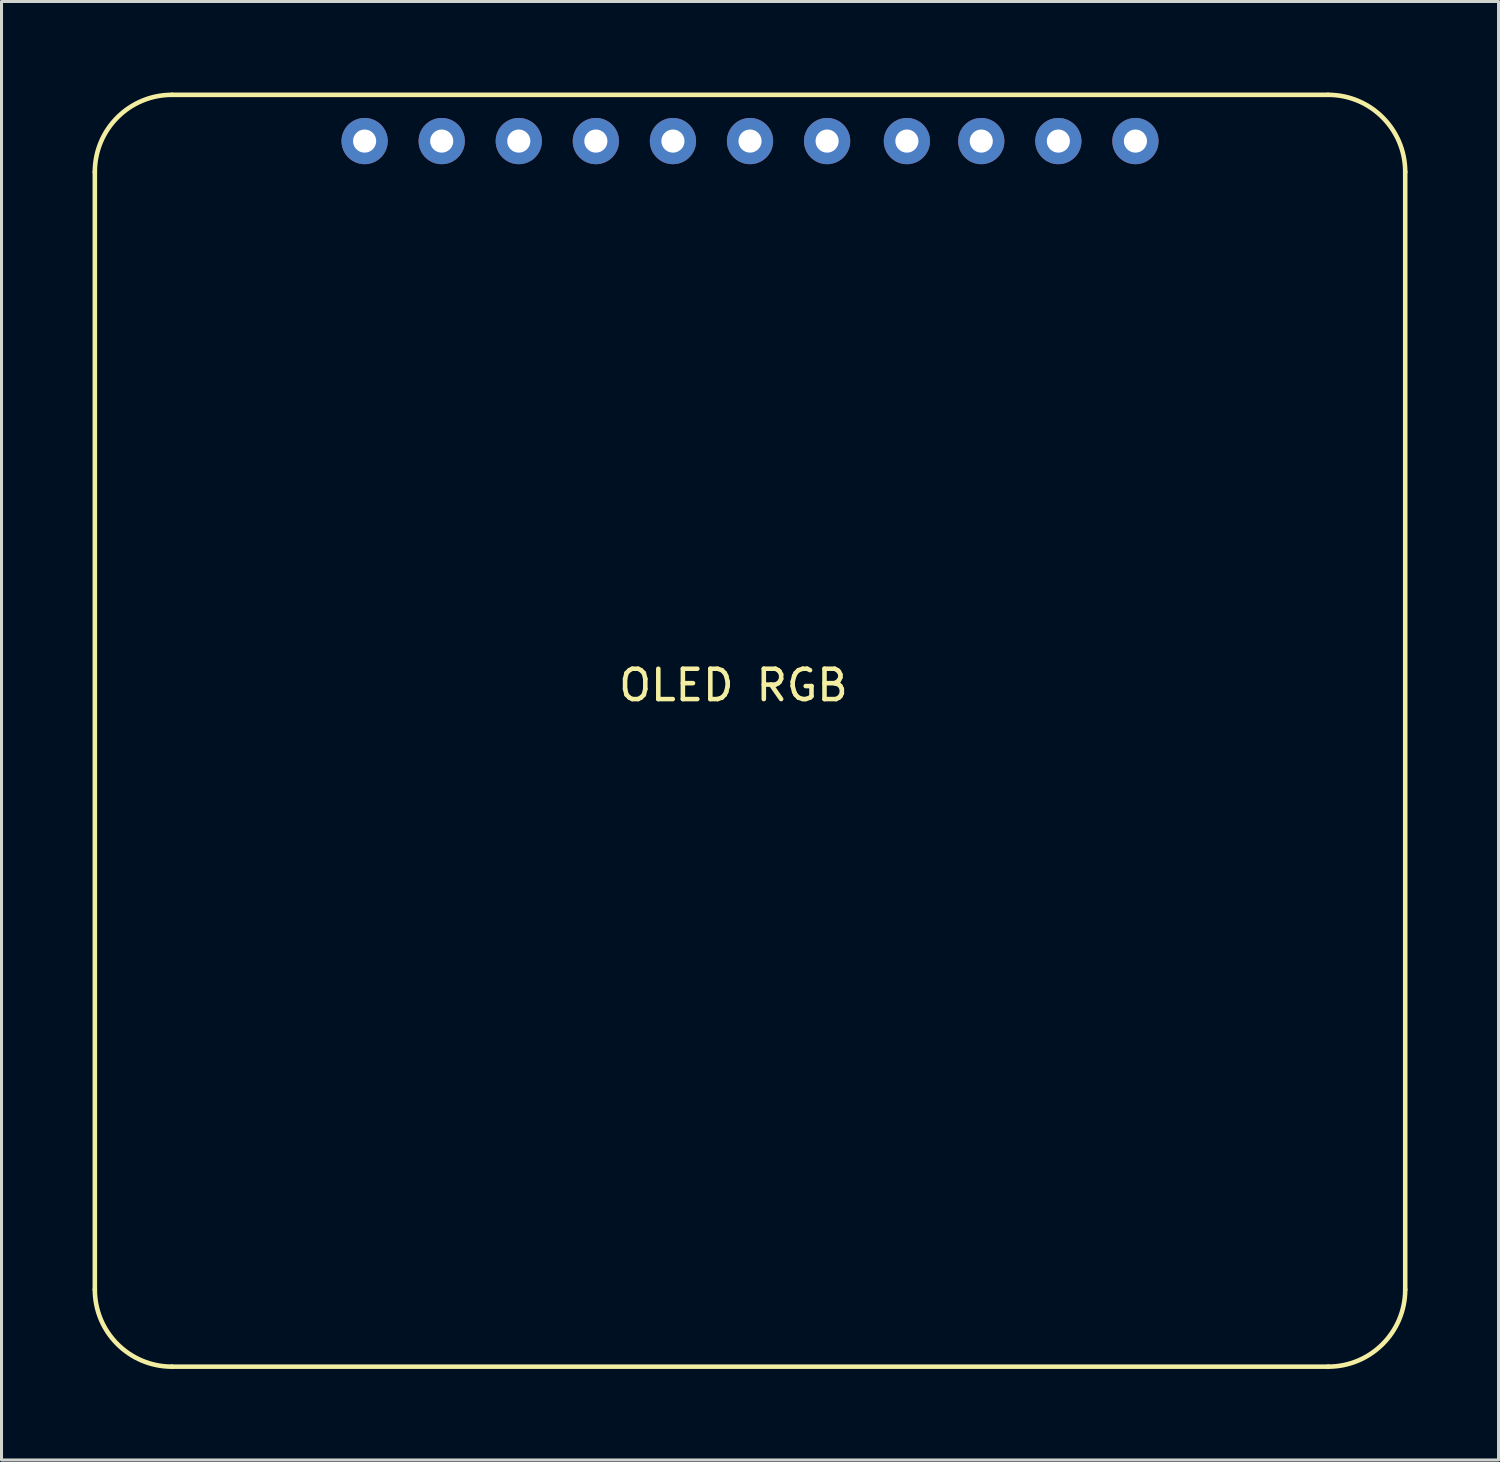
<source format=kicad_pcb>
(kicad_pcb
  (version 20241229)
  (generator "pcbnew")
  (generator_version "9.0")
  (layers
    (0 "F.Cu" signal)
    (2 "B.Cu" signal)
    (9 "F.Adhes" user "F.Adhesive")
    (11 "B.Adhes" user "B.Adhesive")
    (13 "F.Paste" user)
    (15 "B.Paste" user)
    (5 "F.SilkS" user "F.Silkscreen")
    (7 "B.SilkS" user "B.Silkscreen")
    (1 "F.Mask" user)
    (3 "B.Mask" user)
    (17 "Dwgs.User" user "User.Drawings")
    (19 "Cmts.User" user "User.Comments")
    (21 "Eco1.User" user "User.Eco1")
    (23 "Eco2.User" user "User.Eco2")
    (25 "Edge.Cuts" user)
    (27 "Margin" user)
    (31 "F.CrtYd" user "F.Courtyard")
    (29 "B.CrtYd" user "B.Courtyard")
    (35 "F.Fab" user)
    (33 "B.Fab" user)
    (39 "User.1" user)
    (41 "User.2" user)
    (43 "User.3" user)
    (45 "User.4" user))
  (footprint "OLED RGB"
    (layer "F.Cu")
    (at 21.119 19.531)
    (property "Reference" "OLED RGB" (at 0 0 0) (layer "F.SilkS") (effects (font (size 1 1) (thickness 0.15))))
    (attr through_hole)
    (fp_line (start -21.044 -16.916) (end -21.044 19.914) (stroke (width 0.15) (type solid)) (layer "F.SilkS"))
    (fp_line (start -18.504 22.454) (end 19.596 22.454) (stroke (width 0.15) (type solid)) (layer "F.SilkS"))
    (fp_line (start 19.596 -19.456) (end -18.504 -19.456) (stroke (width 0.15) (type solid)) (layer "F.SilkS"))
    (fp_line (start 22.136 19.914) (end 22.136 -16.916) (stroke (width 0.15) (type solid)) (layer "F.SilkS"))
    (fp_arc (start -21.0439 -16.9164) (mid -20.299951 -18.712451) (end -18.5039 -19.4564) (stroke (width 0.15) (type solid)) (layer "F.SilkS"))
    (fp_arc (start -18.5039 22.4536) (mid -20.299951 21.709651) (end -21.0439 19.9136) (stroke (width 0.15) (type solid)) (layer "F.SilkS"))
    (fp_arc (start 19.5961 -19.4564) (mid 21.392151 -18.712451) (end 22.1361 -16.9164) (stroke (width 0.15) (type solid)) (layer "F.SilkS"))
    (fp_arc (start 22.1361 19.9136) (mid 21.392151 21.709651) (end 19.5961 22.4536) (stroke (width 0.15) (type solid)) (layer "F.SilkS"))
    (pad "1" thru_hole circle (at 13.246 -17.932) (size 1.524 1.524) (drill 0.762) (layers "*.Cu" "*.Mask"))
    (pad "2" thru_hole circle (at 10.706 -17.932) (size 1.524 1.524) (drill 0.762) (layers "*.Cu" "*.Mask"))
    (pad "3" thru_hole circle (at 8.166 -17.932) (size 1.524 1.524) (drill 0.762) (layers "*.Cu" "*.Mask"))
    (pad "4" thru_hole circle (at 5.715 -17.932) (size 1.524 1.524) (drill 0.762) (layers "*.Cu" "*.Mask"))
    (pad "5" thru_hole circle (at 3.086 -17.932) (size 1.524 1.524) (drill 0.762) (layers "*.Cu" "*.Mask"))
    (pad "6" thru_hole circle (at 0.546 -17.932) (size 1.524 1.524) (drill 0.762) (layers "*.Cu" "*.Mask"))
    (pad "7" thru_hole circle (at -1.994 -17.932) (size 1.524 1.524) (drill 0.762) (layers "*.Cu" "*.Mask"))
    (pad "8" thru_hole circle (at -4.534 -17.932) (size 1.524 1.524) (drill 0.762) (layers "*.Cu" "*.Mask"))
    (pad "9" thru_hole circle (at -7.074 -17.932) (size 1.524 1.524) (drill 0.762) (layers "*.Cu" "*.Mask"))
    (pad "10" thru_hole circle (at -9.614 -17.932) (size 1.524 1.524) (drill 0.762) (layers "*.Cu" "*.Mask"))
    (pad "11" thru_hole circle (at -12.154 -17.932) (size 1.524 1.524) (drill 0.762) (layers "*.Cu" "*.Mask")))
  (gr_rect
    (start -3 -3)
    (end 46.33 45.06)
    (stroke (width 0.1) (type default))
    (fill no)
    (layer "Edge.Cuts")))
</source>
